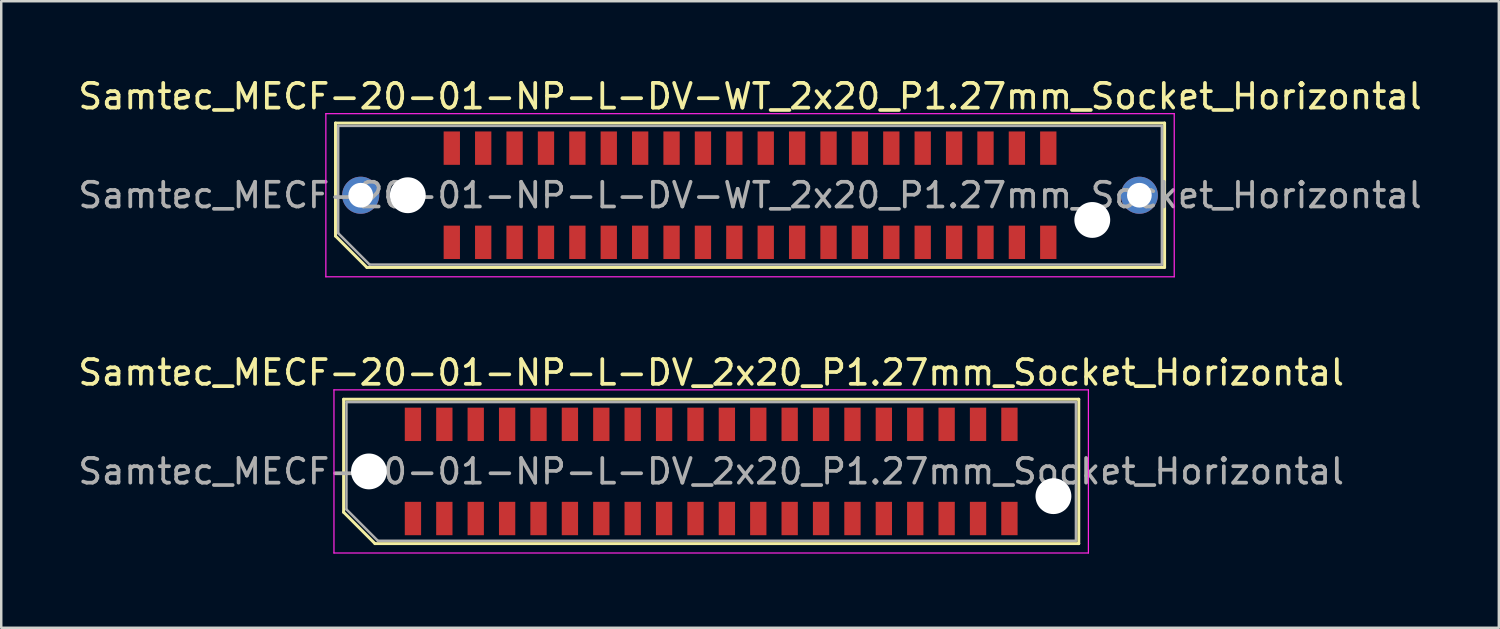
<source format=kicad_pcb>
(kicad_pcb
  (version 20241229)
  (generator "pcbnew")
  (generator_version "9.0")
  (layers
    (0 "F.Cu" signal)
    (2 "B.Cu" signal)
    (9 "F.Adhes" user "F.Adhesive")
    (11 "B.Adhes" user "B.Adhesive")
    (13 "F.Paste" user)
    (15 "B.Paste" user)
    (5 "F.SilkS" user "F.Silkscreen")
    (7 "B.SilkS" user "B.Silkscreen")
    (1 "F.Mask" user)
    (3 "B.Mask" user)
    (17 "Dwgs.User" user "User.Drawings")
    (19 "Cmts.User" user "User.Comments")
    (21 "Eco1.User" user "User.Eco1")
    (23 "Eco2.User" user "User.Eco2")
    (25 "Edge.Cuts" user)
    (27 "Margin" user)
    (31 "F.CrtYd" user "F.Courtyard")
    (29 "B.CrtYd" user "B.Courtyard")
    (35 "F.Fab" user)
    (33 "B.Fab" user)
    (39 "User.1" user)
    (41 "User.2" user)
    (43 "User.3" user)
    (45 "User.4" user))
  (footprint "Samtec_MECF-20-01-NP-L-DV-WT_2x20_P1.27mm_Socket_Horizontal"
    (layer "F.Cu")
    (at 27.292 4.848)
    (property "Reference" "Samtec_MECF-20-01-NP-L-DV-WT_2x20_P1.27mm_Socket_Horizontal" (at 0 -4 0) (layer "F.SilkS") (effects (font (size 1 1) (thickness 0.15))))
    (attr smd)
    (fp_line (start -16.77 -2.92) (end 16.77 -2.92) (stroke (width 0.12) (type solid)) (layer "F.SilkS"))
    (fp_line (start -16.77 1.65) (end -16.77 -2.92) (stroke (width 0.12) (type solid)) (layer "F.SilkS"))
    (fp_line (start -15.5 2.92) (end -16.77 1.65) (stroke (width 0.12) (type solid)) (layer "F.SilkS"))
    (fp_line (start -15.5 2.92) (end 16.77 2.92) (stroke (width 0.12) (type solid)) (layer "F.SilkS"))
    (fp_line (start 16.77 2.92) (end 16.77 -2.92) (stroke (width 0.12) (type solid)) (layer "F.SilkS"))
    (fp_line (start -17.16 -3.3) (end -17.16 3.3) (stroke (width 0.05) (type solid)) (layer "F.CrtYd"))
    (fp_line (start -17.16 3.3) (end 17.16 3.3) (stroke (width 0.05) (type solid)) (layer "F.CrtYd"))
    (fp_line (start 17.16 -3.3) (end -17.16 -3.3) (stroke (width 0.05) (type solid)) (layer "F.CrtYd"))
    (fp_line (start 17.16 3.3) (end 17.16 -3.3) (stroke (width 0.05) (type solid)) (layer "F.CrtYd"))
    (fp_line (start -16.66 -2.805) (end 16.66 -2.805) (stroke (width 0.1) (type solid)) (layer "F.Fab"))
    (fp_line (start -16.66 1.535) (end -16.66 -2.805) (stroke (width 0.1) (type solid)) (layer "F.Fab"))
    (fp_line (start -16.66 1.535) (end -15.39 2.805) (stroke (width 0.1) (type solid)) (layer "F.Fab"))
    (fp_line (start -15.39 2.805) (end 16.66 2.805) (stroke (width 0.1) (type solid)) (layer "F.Fab"))
    (fp_line (start 16.66 2.805) (end 16.66 -2.805) (stroke (width 0.1) (type solid)) (layer "F.Fab"))
    (fp_text user "${REFERENCE}" (at 0 0 0) (layer "F.Fab") (effects (font (size 1 1) (thickness 0.15))))
    (pad "" thru_hole circle (at -15.75 0) (size 1.5 1.5) (drill 1) (layers "*.Cu" "*.Mask"))
    (pad "" np_thru_hole circle (at -13.845 0) (size 1.45 1.45) (drill 1.45) (layers "*.Cu" "*.Mask"))
    (pad "" np_thru_hole circle (at 13.845 1) (size 1.45 1.45) (drill 1.45) (layers "*.Cu" "*.Mask"))
    (pad "" thru_hole circle (at 15.75 0) (size 1.5 1.5) (drill 1) (layers "*.Cu" "*.Mask"))
    (pad "1" smd rect (at -12.065 1.905) (size 0.66 1.35) (layers "F.Cu" "F.Mask" "F.Paste"))
    (pad "2" smd rect (at -12.065 -1.905) (size 0.66 1.35) (layers "F.Cu" "F.Mask" "F.Paste"))
    (pad "3" smd rect (at -10.795 1.905) (size 0.66 1.35) (layers "F.Cu" "F.Mask" "F.Paste"))
    (pad "4" smd rect (at -10.795 -1.905) (size 0.66 1.35) (layers "F.Cu" "F.Mask" "F.Paste"))
    (pad "5" smd rect (at -9.525 1.905) (size 0.66 1.35) (layers "F.Cu" "F.Mask" "F.Paste"))
    (pad "6" smd rect (at -9.525 -1.905) (size 0.66 1.35) (layers "F.Cu" "F.Mask" "F.Paste"))
    (pad "7" smd rect (at -8.255 1.905) (size 0.66 1.35) (layers "F.Cu" "F.Mask" "F.Paste"))
    (pad "8" smd rect (at -8.255 -1.905) (size 0.66 1.35) (layers "F.Cu" "F.Mask" "F.Paste"))
    (pad "9" smd rect (at -6.985 1.905) (size 0.66 1.35) (layers "F.Cu" "F.Mask" "F.Paste"))
    (pad "10" smd rect (at -6.985 -1.905) (size 0.66 1.35) (layers "F.Cu" "F.Mask" "F.Paste"))
    (pad "11" smd rect (at -5.715 1.905) (size 0.66 1.35) (layers "F.Cu" "F.Mask" "F.Paste"))
    (pad "12" smd rect (at -5.715 -1.905) (size 0.66 1.35) (layers "F.Cu" "F.Mask" "F.Paste"))
    (pad "13" smd rect (at -4.445 1.905) (size 0.66 1.35) (layers "F.Cu" "F.Mask" "F.Paste"))
    (pad "14" smd rect (at -4.445 -1.905) (size 0.66 1.35) (layers "F.Cu" "F.Mask" "F.Paste"))
    (pad "15" smd rect (at -3.175 1.905) (size 0.66 1.35) (layers "F.Cu" "F.Mask" "F.Paste"))
    (pad "16" smd rect (at -3.175 -1.905) (size 0.66 1.35) (layers "F.Cu" "F.Mask" "F.Paste"))
    (pad "17" smd rect (at -1.905 1.905) (size 0.66 1.35) (layers "F.Cu" "F.Mask" "F.Paste"))
    (pad "18" smd rect (at -1.905 -1.905) (size 0.66 1.35) (layers "F.Cu" "F.Mask" "F.Paste"))
    (pad "19" smd rect (at -0.635 1.905) (size 0.66 1.35) (layers "F.Cu" "F.Mask" "F.Paste"))
    (pad "20" smd rect (at -0.635 -1.905) (size 0.66 1.35) (layers "F.Cu" "F.Mask" "F.Paste"))
    (pad "21" smd rect (at 0.635 1.905) (size 0.66 1.35) (layers "F.Cu" "F.Mask" "F.Paste"))
    (pad "22" smd rect (at 0.635 -1.905) (size 0.66 1.35) (layers "F.Cu" "F.Mask" "F.Paste"))
    (pad "23" smd rect (at 1.905 1.905) (size 0.66 1.35) (layers "F.Cu" "F.Mask" "F.Paste"))
    (pad "24" smd rect (at 1.905 -1.905) (size 0.66 1.35) (layers "F.Cu" "F.Mask" "F.Paste"))
    (pad "25" smd rect (at 3.175 1.905) (size 0.66 1.35) (layers "F.Cu" "F.Mask" "F.Paste"))
    (pad "26" smd rect (at 3.175 -1.905) (size 0.66 1.35) (layers "F.Cu" "F.Mask" "F.Paste"))
    (pad "27" smd rect (at 4.445 1.905) (size 0.66 1.35) (layers "F.Cu" "F.Mask" "F.Paste"))
    (pad "28" smd rect (at 4.445 -1.905) (size 0.66 1.35) (layers "F.Cu" "F.Mask" "F.Paste"))
    (pad "29" smd rect (at 5.715 1.905) (size 0.66 1.35) (layers "F.Cu" "F.Mask" "F.Paste"))
    (pad "30" smd rect (at 5.715 -1.905) (size 0.66 1.35) (layers "F.Cu" "F.Mask" "F.Paste"))
    (pad "31" smd rect (at 6.985 1.905) (size 0.66 1.35) (layers "F.Cu" "F.Mask" "F.Paste"))
    (pad "32" smd rect (at 6.985 -1.905) (size 0.66 1.35) (layers "F.Cu" "F.Mask" "F.Paste"))
    (pad "33" smd rect (at 8.255 1.905) (size 0.66 1.35) (layers "F.Cu" "F.Mask" "F.Paste"))
    (pad "34" smd rect (at 8.255 -1.905) (size 0.66 1.35) (layers "F.Cu" "F.Mask" "F.Paste"))
    (pad "35" smd rect (at 9.525 1.905) (size 0.66 1.35) (layers "F.Cu" "F.Mask" "F.Paste"))
    (pad "36" smd rect (at 9.525 -1.905) (size 0.66 1.35) (layers "F.Cu" "F.Mask" "F.Paste"))
    (pad "37" smd rect (at 10.795 1.905) (size 0.66 1.35) (layers "F.Cu" "F.Mask" "F.Paste"))
    (pad "38" smd rect (at 10.795 -1.905) (size 0.66 1.35) (layers "F.Cu" "F.Mask" "F.Paste"))
    (pad "39" smd rect (at 12.065 1.905) (size 0.66 1.35) (layers "F.Cu" "F.Mask" "F.Paste"))
    (pad "40" smd rect (at 12.065 -1.905) (size 0.66 1.35) (layers "F.Cu" "F.Mask" "F.Paste")))
  (footprint "Samtec_MECF-20-01-NP-L-DV_2x20_P1.27mm_Socket_Horizontal"
    (layer "F.Cu")
    (at 25.72 16.021)
    (property "Reference" "Samtec_MECF-20-01-NP-L-DV_2x20_P1.27mm_Socket_Horizontal" (at 0 -4 0) (layer "F.SilkS") (effects (font (size 1 1) (thickness 0.15))))
    (attr smd)
    (fp_line (start -14.87 -2.92) (end 14.87 -2.92) (stroke (width 0.12) (type solid)) (layer "F.SilkS"))
    (fp_line (start -14.87 1.65) (end -14.87 -2.92) (stroke (width 0.12) (type solid)) (layer "F.SilkS"))
    (fp_line (start -13.6 2.92) (end -14.87 1.65) (stroke (width 0.12) (type solid)) (layer "F.SilkS"))
    (fp_line (start -13.6 2.92) (end 14.87 2.92) (stroke (width 0.12) (type solid)) (layer "F.SilkS"))
    (fp_line (start 14.87 2.92) (end 14.87 -2.92) (stroke (width 0.12) (type solid)) (layer "F.SilkS"))
    (fp_line (start -15.26 -3.3) (end -15.26 3.3) (stroke (width 0.05) (type solid)) (layer "F.CrtYd"))
    (fp_line (start -15.26 3.3) (end 15.26 3.3) (stroke (width 0.05) (type solid)) (layer "F.CrtYd"))
    (fp_line (start 15.26 -3.3) (end -15.26 -3.3) (stroke (width 0.05) (type solid)) (layer "F.CrtYd"))
    (fp_line (start 15.26 3.3) (end 15.26 -3.3) (stroke (width 0.05) (type solid)) (layer "F.CrtYd"))
    (fp_line (start -14.755 -2.805) (end 14.755 -2.805) (stroke (width 0.1) (type solid)) (layer "F.Fab"))
    (fp_line (start -14.755 1.535) (end -14.755 -2.805) (stroke (width 0.1) (type solid)) (layer "F.Fab"))
    (fp_line (start -14.755 1.535) (end -13.485 2.805) (stroke (width 0.1) (type solid)) (layer "F.Fab"))
    (fp_line (start -13.485 2.805) (end 14.755 2.805) (stroke (width 0.1) (type solid)) (layer "F.Fab"))
    (fp_line (start 14.755 2.805) (end 14.755 -2.805) (stroke (width 0.1) (type solid)) (layer "F.Fab"))
    (fp_text user "${REFERENCE}" (at 0 0 0) (layer "F.Fab") (effects (font (size 1 1) (thickness 0.15))))
    (pad "" np_thru_hole circle (at -13.845 0) (size 1.45 1.45) (drill 1.45) (layers "*.Cu" "*.Mask"))
    (pad "" np_thru_hole circle (at 13.845 1) (size 1.45 1.45) (drill 1.45) (layers "*.Cu" "*.Mask"))
    (pad "1" smd rect (at -12.065 1.905) (size 0.66 1.35) (layers "F.Cu" "F.Mask" "F.Paste"))
    (pad "2" smd rect (at -12.065 -1.905) (size 0.66 1.35) (layers "F.Cu" "F.Mask" "F.Paste"))
    (pad "3" smd rect (at -10.795 1.905) (size 0.66 1.35) (layers "F.Cu" "F.Mask" "F.Paste"))
    (pad "4" smd rect (at -10.795 -1.905) (size 0.66 1.35) (layers "F.Cu" "F.Mask" "F.Paste"))
    (pad "5" smd rect (at -9.525 1.905) (size 0.66 1.35) (layers "F.Cu" "F.Mask" "F.Paste"))
    (pad "6" smd rect (at -9.525 -1.905) (size 0.66 1.35) (layers "F.Cu" "F.Mask" "F.Paste"))
    (pad "7" smd rect (at -8.255 1.905) (size 0.66 1.35) (layers "F.Cu" "F.Mask" "F.Paste"))
    (pad "8" smd rect (at -8.255 -1.905) (size 0.66 1.35) (layers "F.Cu" "F.Mask" "F.Paste"))
    (pad "9" smd rect (at -6.985 1.905) (size 0.66 1.35) (layers "F.Cu" "F.Mask" "F.Paste"))
    (pad "10" smd rect (at -6.985 -1.905) (size 0.66 1.35) (layers "F.Cu" "F.Mask" "F.Paste"))
    (pad "11" smd rect (at -5.715 1.905) (size 0.66 1.35) (layers "F.Cu" "F.Mask" "F.Paste"))
    (pad "12" smd rect (at -5.715 -1.905) (size 0.66 1.35) (layers "F.Cu" "F.Mask" "F.Paste"))
    (pad "13" smd rect (at -4.445 1.905) (size 0.66 1.35) (layers "F.Cu" "F.Mask" "F.Paste"))
    (pad "14" smd rect (at -4.445 -1.905) (size 0.66 1.35) (layers "F.Cu" "F.Mask" "F.Paste"))
    (pad "15" smd rect (at -3.175 1.905) (size 0.66 1.35) (layers "F.Cu" "F.Mask" "F.Paste"))
    (pad "16" smd rect (at -3.175 -1.905) (size 0.66 1.35) (layers "F.Cu" "F.Mask" "F.Paste"))
    (pad "17" smd rect (at -1.905 1.905) (size 0.66 1.35) (layers "F.Cu" "F.Mask" "F.Paste"))
    (pad "18" smd rect (at -1.905 -1.905) (size 0.66 1.35) (layers "F.Cu" "F.Mask" "F.Paste"))
    (pad "19" smd rect (at -0.635 1.905) (size 0.66 1.35) (layers "F.Cu" "F.Mask" "F.Paste"))
    (pad "20" smd rect (at -0.635 -1.905) (size 0.66 1.35) (layers "F.Cu" "F.Mask" "F.Paste"))
    (pad "21" smd rect (at 0.635 1.905) (size 0.66 1.35) (layers "F.Cu" "F.Mask" "F.Paste"))
    (pad "22" smd rect (at 0.635 -1.905) (size 0.66 1.35) (layers "F.Cu" "F.Mask" "F.Paste"))
    (pad "23" smd rect (at 1.905 1.905) (size 0.66 1.35) (layers "F.Cu" "F.Mask" "F.Paste"))
    (pad "24" smd rect (at 1.905 -1.905) (size 0.66 1.35) (layers "F.Cu" "F.Mask" "F.Paste"))
    (pad "25" smd rect (at 3.175 1.905) (size 0.66 1.35) (layers "F.Cu" "F.Mask" "F.Paste"))
    (pad "26" smd rect (at 3.175 -1.905) (size 0.66 1.35) (layers "F.Cu" "F.Mask" "F.Paste"))
    (pad "27" smd rect (at 4.445 1.905) (size 0.66 1.35) (layers "F.Cu" "F.Mask" "F.Paste"))
    (pad "28" smd rect (at 4.445 -1.905) (size 0.66 1.35) (layers "F.Cu" "F.Mask" "F.Paste"))
    (pad "29" smd rect (at 5.715 1.905) (size 0.66 1.35) (layers "F.Cu" "F.Mask" "F.Paste"))
    (pad "30" smd rect (at 5.715 -1.905) (size 0.66 1.35) (layers "F.Cu" "F.Mask" "F.Paste"))
    (pad "31" smd rect (at 6.985 1.905) (size 0.66 1.35) (layers "F.Cu" "F.Mask" "F.Paste"))
    (pad "32" smd rect (at 6.985 -1.905) (size 0.66 1.35) (layers "F.Cu" "F.Mask" "F.Paste"))
    (pad "33" smd rect (at 8.255 1.905) (size 0.66 1.35) (layers "F.Cu" "F.Mask" "F.Paste"))
    (pad "34" smd rect (at 8.255 -1.905) (size 0.66 1.35) (layers "F.Cu" "F.Mask" "F.Paste"))
    (pad "35" smd rect (at 9.525 1.905) (size 0.66 1.35) (layers "F.Cu" "F.Mask" "F.Paste"))
    (pad "36" smd rect (at 9.525 -1.905) (size 0.66 1.35) (layers "F.Cu" "F.Mask" "F.Paste"))
    (pad "37" smd rect (at 10.795 1.905) (size 0.66 1.35) (layers "F.Cu" "F.Mask" "F.Paste"))
    (pad "38" smd rect (at 10.795 -1.905) (size 0.66 1.35) (layers "F.Cu" "F.Mask" "F.Paste"))
    (pad "39" smd rect (at 12.065 1.905) (size 0.66 1.35) (layers "F.Cu" "F.Mask" "F.Paste"))
    (pad "40" smd rect (at 12.065 -1.905) (size 0.66 1.35) (layers "F.Cu" "F.Mask" "F.Paste")))
  (gr_rect
    (start -3 -3)
    (end 57.583 22.346)
    (stroke (width 0.1) (type default))
    (fill no)
    (layer "Edge.Cuts")))
</source>
